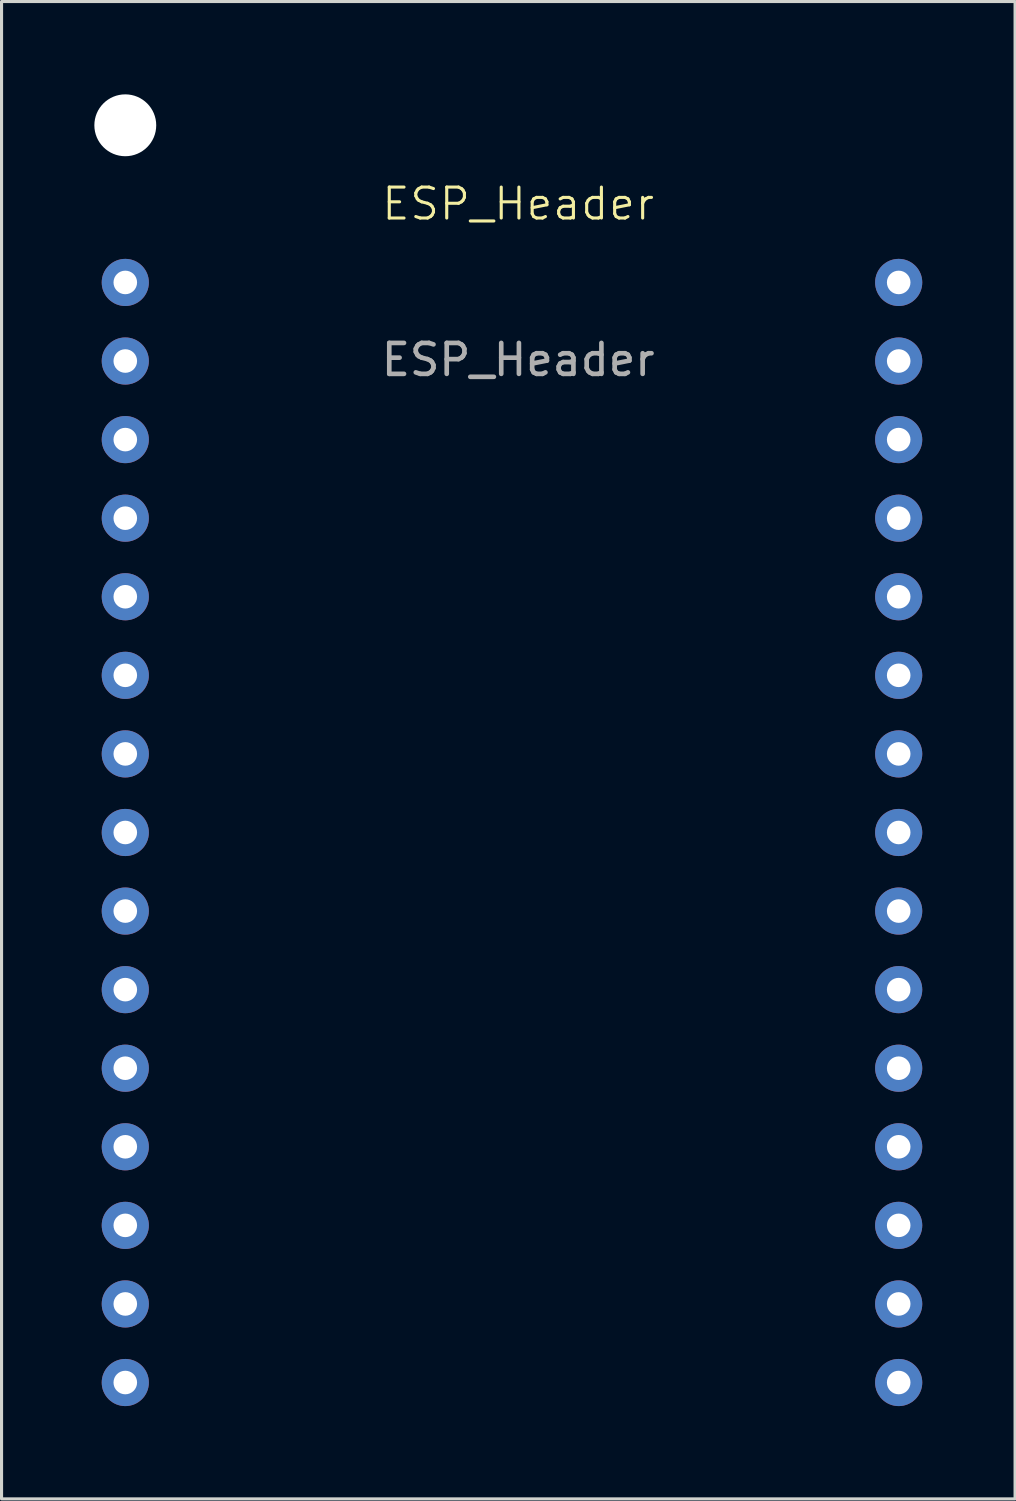
<source format=kicad_pcb>
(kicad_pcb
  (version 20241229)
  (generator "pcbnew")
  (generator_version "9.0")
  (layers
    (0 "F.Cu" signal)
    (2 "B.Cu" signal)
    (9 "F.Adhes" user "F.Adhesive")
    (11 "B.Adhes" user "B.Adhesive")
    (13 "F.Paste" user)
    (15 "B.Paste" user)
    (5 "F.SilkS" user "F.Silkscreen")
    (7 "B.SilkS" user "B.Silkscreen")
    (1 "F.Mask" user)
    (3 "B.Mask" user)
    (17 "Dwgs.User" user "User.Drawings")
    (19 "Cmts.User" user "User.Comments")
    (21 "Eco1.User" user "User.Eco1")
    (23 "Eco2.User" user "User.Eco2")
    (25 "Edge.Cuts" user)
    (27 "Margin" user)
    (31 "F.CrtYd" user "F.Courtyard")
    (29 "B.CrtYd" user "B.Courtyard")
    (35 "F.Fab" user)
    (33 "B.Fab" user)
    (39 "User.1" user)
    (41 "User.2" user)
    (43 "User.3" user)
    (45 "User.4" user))
  (footprint "ESP_Header"
    (layer "F.Cu")
    (at 1 6.08)
    (property "Reference" "ESP_Header" (at 12.7 -2.54 0) (unlocked yes) (layer "F.SilkS") (effects (font (size 1 1) (thickness 0.1))))
    (attr through_hole)
    (fp_text user "${REFERENCE}" (at 12.7 2.5 0) (unlocked yes) (layer "F.Fab") (effects (font (size 1 1) (thickness 0.15))))
    (pad "" np_thru_hole circle (at 0 -5.08) (size 2 2) (drill 2) (layers "*.Cu" "*.Mask"))
    (pad "1" thru_hole circle (at 0 0) (size 1.524 1.524) (drill 0.762) (layers "*.Cu" "*.Mask"))
    (pad "2" thru_hole circle (at 0 2.54) (size 1.524 1.524) (drill 0.762) (layers "*.Cu" "*.Mask"))
    (pad "3" thru_hole circle (at 0 5.08) (size 1.524 1.524) (drill 0.762) (layers "*.Cu" "*.Mask"))
    (pad "4" thru_hole circle (at 0 7.62) (size 1.524 1.524) (drill 0.762) (layers "*.Cu" "*.Mask"))
    (pad "5" thru_hole circle (at 0 10.16) (size 1.524 1.524) (drill 0.762) (layers "*.Cu" "*.Mask"))
    (pad "6" thru_hole circle (at 0 12.7) (size 1.524 1.524) (drill 0.762) (layers "*.Cu" "*.Mask"))
    (pad "7" thru_hole circle (at 0 15.24) (size 1.524 1.524) (drill 0.762) (layers "*.Cu" "*.Mask"))
    (pad "8" thru_hole circle (at 0 17.78) (size 1.524 1.524) (drill 0.762) (layers "*.Cu" "*.Mask"))
    (pad "9" thru_hole circle (at 0 20.32) (size 1.524 1.524) (drill 0.762) (layers "*.Cu" "*.Mask"))
    (pad "10" thru_hole circle (at 0 22.86) (size 1.524 1.524) (drill 0.762) (layers "*.Cu" "*.Mask"))
    (pad "11" thru_hole circle (at 0 25.4) (size 1.524 1.524) (drill 0.762) (layers "*.Cu" "*.Mask"))
    (pad "12" thru_hole circle (at 0 27.94) (size 1.524 1.524) (drill 0.762) (layers "*.Cu" "*.Mask"))
    (pad "13" thru_hole circle (at 0 30.48) (size 1.524 1.524) (drill 0.762) (layers "*.Cu" "*.Mask"))
    (pad "14" thru_hole circle (at 0 33.02) (size 1.524 1.524) (drill 0.762) (layers "*.Cu" "*.Mask"))
    (pad "15" thru_hole circle (at 0 35.56) (size 1.524 1.524) (drill 0.762) (layers "*.Cu" "*.Mask"))
    (pad "16" thru_hole circle (at 25 0) (size 1.524 1.524) (drill 0.762) (layers "*.Cu" "*.Mask"))
    (pad "17" thru_hole circle (at 25 2.54) (size 1.524 1.524) (drill 0.762) (layers "*.Cu" "*.Mask"))
    (pad "18" thru_hole circle (at 25 5.08) (size 1.524 1.524) (drill 0.762) (layers "*.Cu" "*.Mask"))
    (pad "19" thru_hole circle (at 25 7.62) (size 1.524 1.524) (drill 0.762) (layers "*.Cu" "*.Mask"))
    (pad "20" thru_hole circle (at 25 10.16) (size 1.524 1.524) (drill 0.762) (layers "*.Cu" "*.Mask"))
    (pad "21" thru_hole circle (at 25 12.7) (size 1.524 1.524) (drill 0.762) (layers "*.Cu" "*.Mask"))
    (pad "22" thru_hole circle (at 25 15.24) (size 1.524 1.524) (drill 0.762) (layers "*.Cu" "*.Mask"))
    (pad "23" thru_hole circle (at 25 17.78) (size 1.524 1.524) (drill 0.762) (layers "*.Cu" "*.Mask"))
    (pad "24" thru_hole circle (at 25 20.32) (size 1.524 1.524) (drill 0.762) (layers "*.Cu" "*.Mask"))
    (pad "25" thru_hole circle (at 25 22.86) (size 1.524 1.524) (drill 0.762) (layers "*.Cu" "*.Mask"))
    (pad "26" thru_hole circle (at 25 25.4) (size 1.524 1.524) (drill 0.762) (layers "*.Cu" "*.Mask"))
    (pad "27" thru_hole circle (at 25 27.94) (size 1.524 1.524) (drill 0.762) (layers "*.Cu" "*.Mask"))
    (pad "28" thru_hole circle (at 25 30.48) (size 1.524 1.524) (drill 0.762) (layers "*.Cu" "*.Mask"))
    (pad "29" thru_hole circle (at 25 33.02) (size 1.524 1.524) (drill 0.762) (layers "*.Cu" "*.Mask"))
    (pad "30" thru_hole circle (at 25 35.56) (size 1.524 1.524) (drill 0.762) (layers "*.Cu" "*.Mask")))
  (gr_rect
    (start -3 -3)
    (end 29.762 45.402)
    (stroke (width 0.1) (type default))
    (fill no)
    (layer "Edge.Cuts")))
</source>
